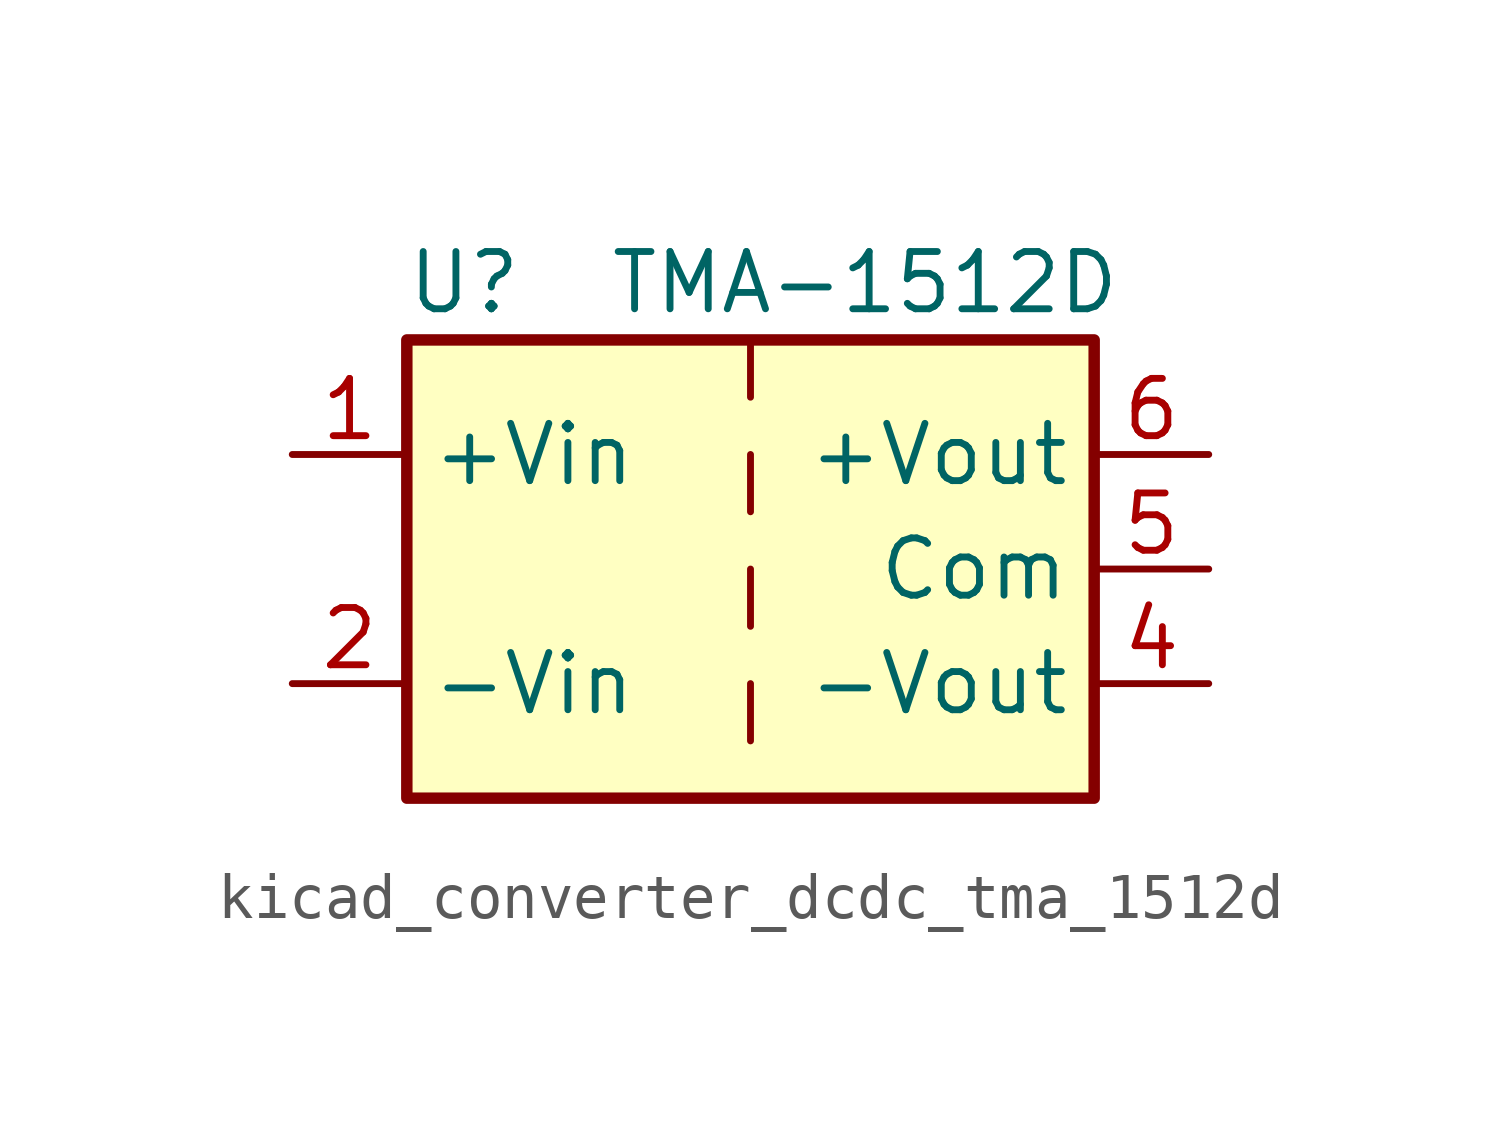
<source format=kicad_sym>
(kicad_symbol_lib
  (version 20220914)
  (generator kicad_symbol_editor)
  (symbol "kicad_converter_dcdc_tma_1512d"
    (property "Reference" "U"
      (at -6.35 6.35 0)
      (effects (font (size 1.27 1.27))))
    (property "Value" "TMA-1512D"
      (at 2.54 6.35 0)
      (effects (font (size 1.27 1.27))))
    (symbol "kicad_converter_dcdc_tma_1512d_0_1"
      (rectangle (start -7.62 5.08) (end 7.62 -5.08) (stroke (width 0.254) (type default)) (fill (type background)))
      (polyline (pts (xy 0 -2.54) (xy 0 -3.81)) (stroke (width 0) (type default)) (fill (type none)))
      (polyline (pts (xy 0 0) (xy 0 -1.27)) (stroke (width 0) (type default)) (fill (type none)))
      (polyline (pts (xy 0 2.54) (xy 0 1.27)) (stroke (width 0) (type default)) (fill (type none)))
      (polyline (pts (xy 0 5.08) (xy 0 3.81)) (stroke (width 0) (type default)) (fill (type none))))
    (symbol "kicad_converter_dcdc_tma_1512d_1_1"
      (pin power_in line (at -10.16 2.54 0) (length 2.54) (name "+Vin" (effects (font (size 1.27 1.27)))) (number "1" (effects (font (size 1.27 1.27)))))
      (pin power_in line (at -10.16 -2.54 0) (length 2.54) (name "-Vin" (effects (font (size 1.27 1.27)))) (number "2" (effects (font (size 1.27 1.27)))))
      (pin power_out line (at 10.16 -2.54 180) (length 2.54) (name "-Vout" (effects (font (size 1.27 1.27)))) (number "4" (effects (font (size 1.27 1.27)))))
      (pin power_out line (at 10.16 0 180) (length 2.54) (name "Com" (effects (font (size 1.27 1.27)))) (number "5" (effects (font (size 1.27 1.27)))))
      (pin power_out line (at 10.16 2.54 180) (length 2.54) (name "+Vout" (effects (font (size 1.27 1.27)))) (number "6" (effects (font (size 1.27 1.27))))))))
</source>
